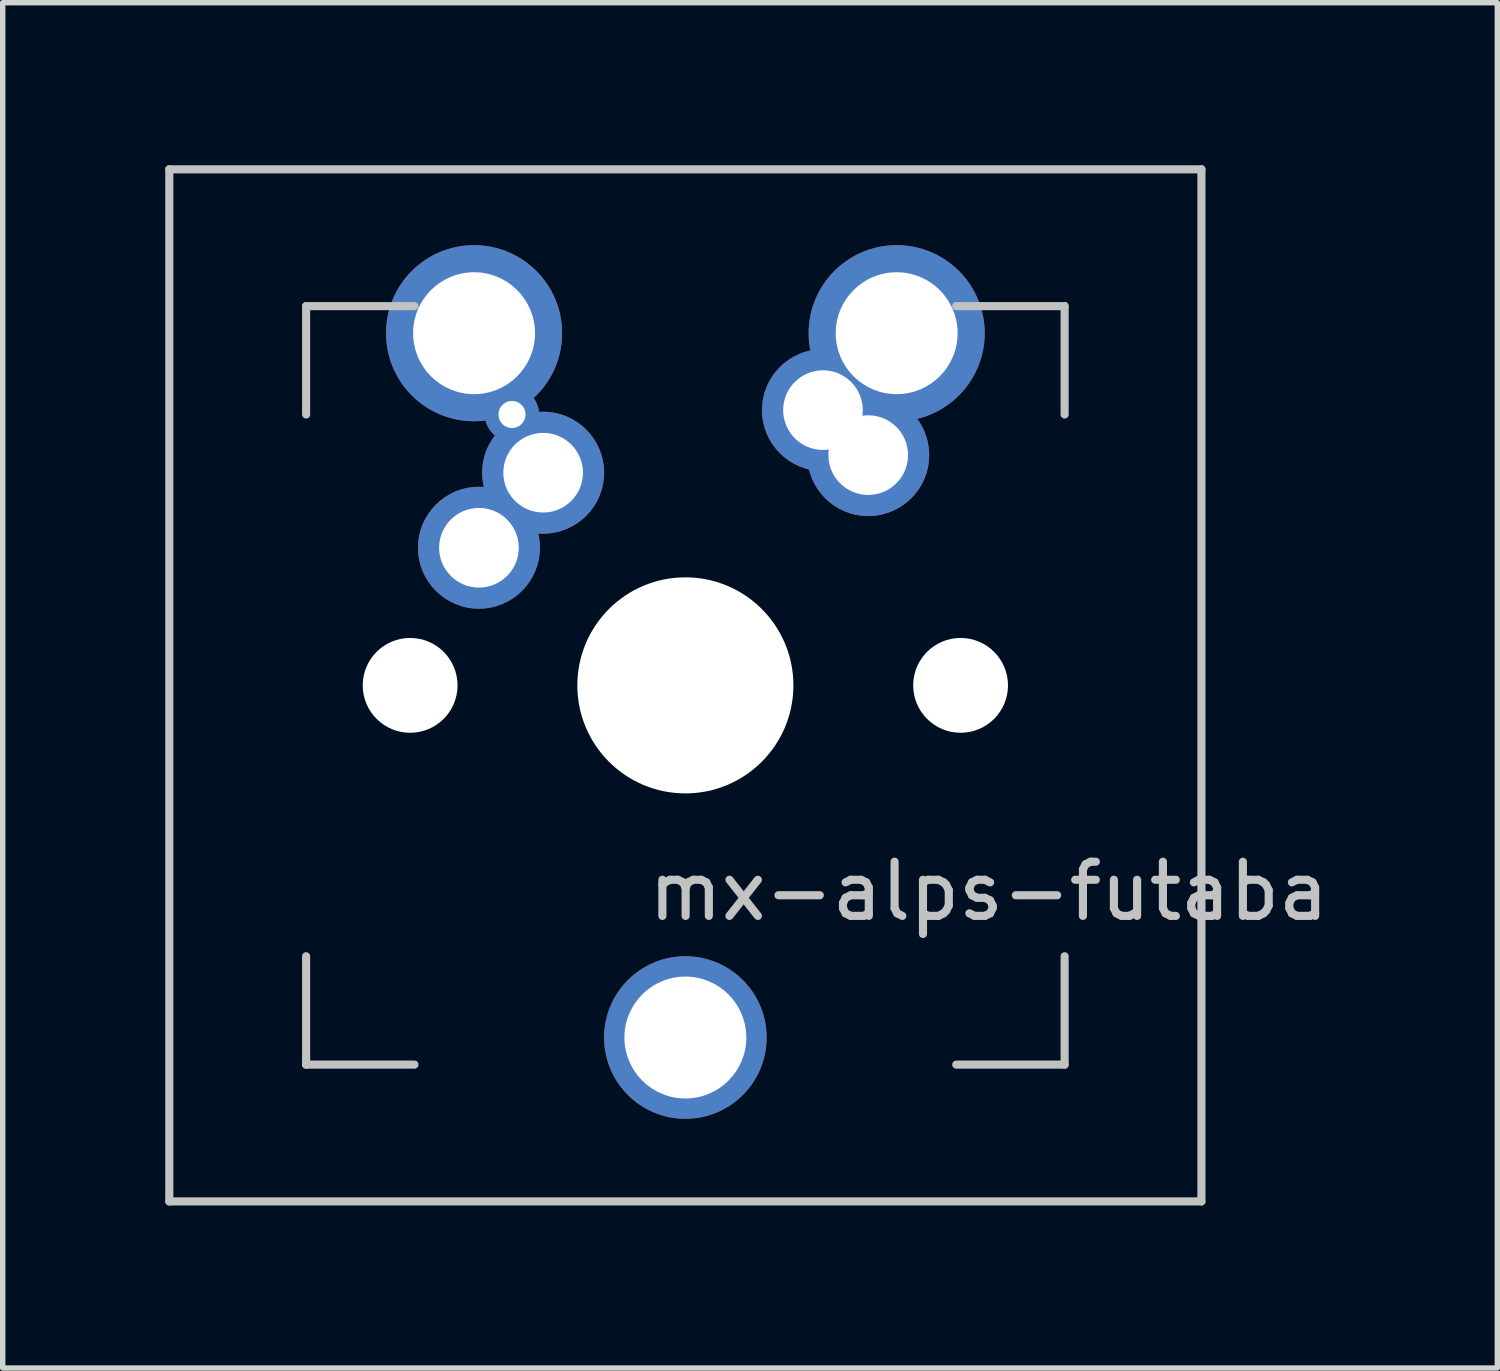
<source format=kicad_pcb>
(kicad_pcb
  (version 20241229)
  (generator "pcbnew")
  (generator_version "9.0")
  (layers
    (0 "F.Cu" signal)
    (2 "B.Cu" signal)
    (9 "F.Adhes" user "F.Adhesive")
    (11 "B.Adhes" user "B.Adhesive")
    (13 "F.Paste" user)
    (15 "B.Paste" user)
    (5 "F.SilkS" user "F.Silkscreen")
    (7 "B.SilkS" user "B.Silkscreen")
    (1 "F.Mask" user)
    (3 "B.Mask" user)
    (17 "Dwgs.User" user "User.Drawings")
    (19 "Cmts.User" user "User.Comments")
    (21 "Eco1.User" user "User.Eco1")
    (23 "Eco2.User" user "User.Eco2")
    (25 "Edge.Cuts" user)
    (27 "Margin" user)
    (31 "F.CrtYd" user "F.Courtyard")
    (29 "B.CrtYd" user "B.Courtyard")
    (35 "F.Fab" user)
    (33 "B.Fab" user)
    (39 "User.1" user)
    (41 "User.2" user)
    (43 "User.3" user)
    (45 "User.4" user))
  (footprint "mx-alps-futaba"
    (layer "F.Cu")
    (at 9.6 9.6)
    (property "Reference" "mx-alps-futaba" (at 5.6 3.8 0) (layer "Dwgs.User") (effects (font (size 1 1) (thickness 0.15))))
    (attr through_hole)
    (fp_line (start -9.525 -9.525) (end 9.525 -9.525) (stroke (width 0.15) (type solid)) (layer "Dwgs.User"))
    (fp_line (start -9.525 9.525) (end -9.525 -9.525) (stroke (width 0.15) (type solid)) (layer "Dwgs.User"))
    (fp_line (start -7 -7) (end -7 -5) (stroke (width 0.15) (type solid)) (layer "Dwgs.User"))
    (fp_line (start -7 5) (end -7 7) (stroke (width 0.15) (type solid)) (layer "Dwgs.User"))
    (fp_line (start -7 7) (end -5 7) (stroke (width 0.15) (type solid)) (layer "Dwgs.User"))
    (fp_line (start -5 -7) (end -7 -7) (stroke (width 0.15) (type solid)) (layer "Dwgs.User"))
    (fp_line (start 5 -7) (end 7 -7) (stroke (width 0.15) (type solid)) (layer "Dwgs.User"))
    (fp_line (start 5 7) (end 7 7) (stroke (width 0.15) (type solid)) (layer "Dwgs.User"))
    (fp_line (start 7 -7) (end 7 -5) (stroke (width 0.15) (type solid)) (layer "Dwgs.User"))
    (fp_line (start 7 7) (end 7 5) (stroke (width 0.15) (type solid)) (layer "Dwgs.User"))
    (fp_line (start 9.525 -9.525) (end 9.525 9.525) (stroke (width 0.15) (type solid)) (layer "Dwgs.User"))
    (fp_line (start 9.525 9.525) (end -9.525 9.525) (stroke (width 0.15) (type solid)) (layer "Dwgs.User"))
    (pad "" np_thru_hole circle (at -5.08 0 48.1) (size 1.75 1.75) (drill 1.75) (layers "*.Cu" "*.Mask"))
    (pad "" np_thru_hole circle (at 0 0) (size 3.988 3.988) (drill 3.988) (layers "*.Cu" "*.Mask"))
    (pad "" thru_hole circle (at 0 6.5) (size 3 3) (drill 2.25) (layers "*.Cu" "*.Mask"))
    (pad "" np_thru_hole circle (at 5.08 0 48.1) (size 1.75 1.75) (drill 1.75) (layers "*.Cu" "*.Mask"))
    (pad "1" thru_hole circle (at -3.9 -6.5) (size 3.25 3.25) (drill 2.25) (layers "*.Cu" "B.Mask"))
    (pad "1" thru_hole circle (at -3.81 -2.54) (size 2.25 2.25) (drill 1.47) (layers "*.Cu" "B.Mask"))
    (pad "1" thru_hole circle (at -3.2 -5) (size 1 1) (drill 0.5) (layers "*.Cu" "B.Mask"))
    (pad "1" thru_hole circle (at -2.625 -3.925) (size 2.25 2.25) (drill 1.47) (layers "*.Cu" "B.Mask"))
    (pad "2" thru_hole circle (at 2.54 -5.08) (size 2.25 2.25) (drill 1.47) (layers "*.Cu" "B.Mask"))
    (pad "2" thru_hole circle (at 3.375 -4.25) (size 2.25 2.25) (drill 1.47) (layers "*.Cu" "B.Mask"))
    (pad "2" thru_hole circle (at 3.9 -6.5) (size 3.25 3.25) (drill 2.25) (layers "*.Cu" "B.Mask")))
  (gr_rect
    (start -3 -3)
    (end 24.587 22.2)
    (stroke (width 0.1) (type default))
    (fill no)
    (layer "Edge.Cuts")))
</source>
